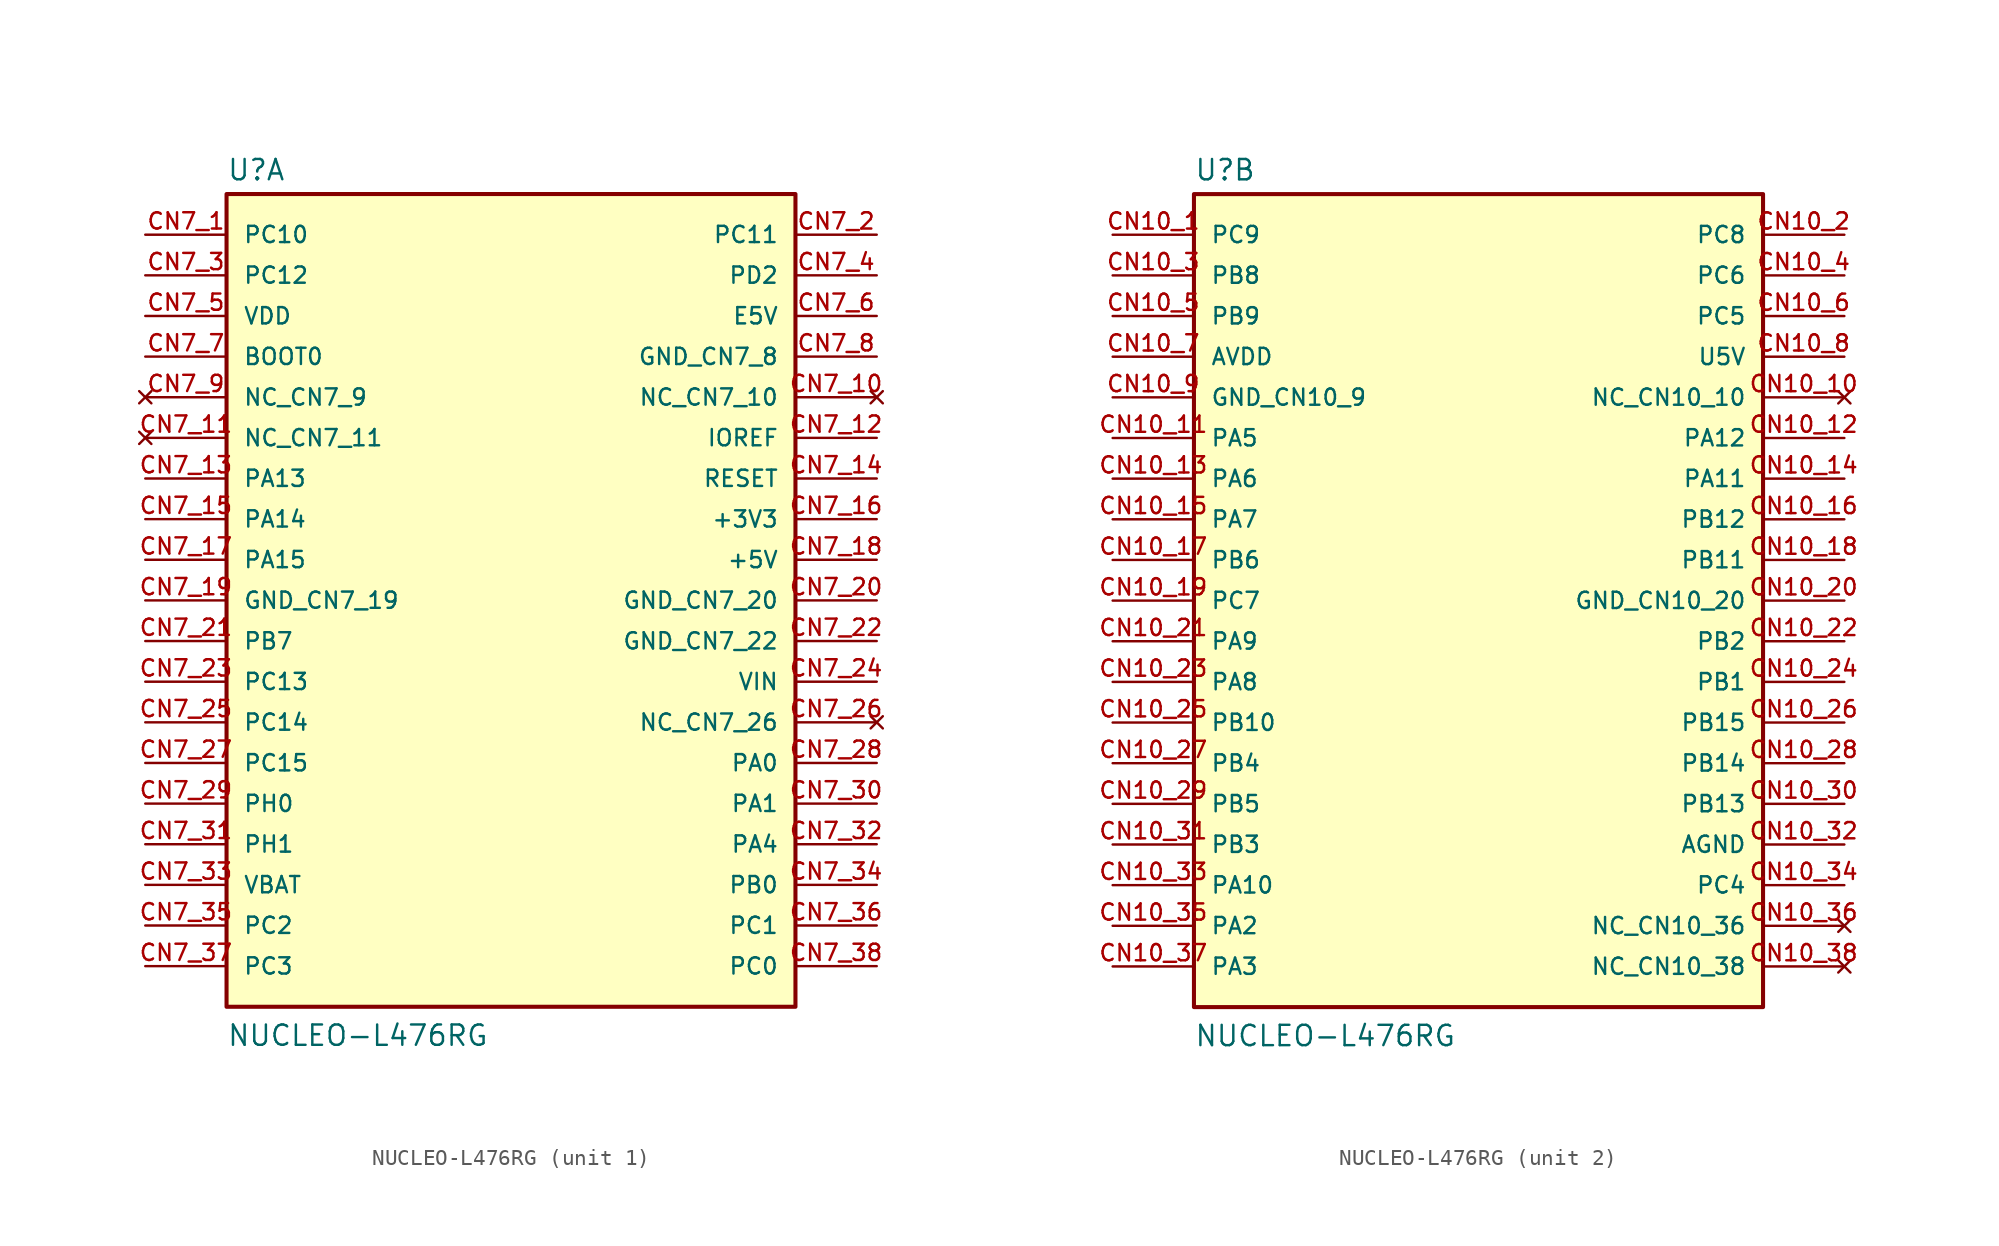
<source format=kicad_sym>
(kicad_symbol_lib
  (version 20220914)
  (generator kicad_symbol_editor)
  (symbol "NUCLEO-L476RG"
    (pin_names
      (offset 1.016))
    (property "Reference" "U"
      (at -17.78 26.162 0)
      (effects (font (size 1.27 1.27)) (justify left bottom)))
    (property "Value" "NUCLEO-L476RG"
      (at -17.78 -27.94 0)
      (effects (font (size 1.27 1.27)) (justify left bottom)))
    (symbol "NUCLEO-L476RG_1_0"
      (rectangle (start -17.78 25.4) (end 17.78 -25.4) (stroke (width 0.254) (type default)) (fill (type background)))
      (pin bidirectional line (at -22.86 22.86 0) (length 5.08) (name "PC10" (effects (font (size 1.016 1.016)))) (number "CN7_1" (effects (font (size 1.016 1.016)))))
      (pin no_connect line (at 22.86 12.7 180) (length 5.08) (name "NC_CN7_10" (effects (font (size 1.016 1.016)))) (number "CN7_10" (effects (font (size 1.016 1.016)))))
      (pin no_connect line (at -22.86 10.16 0) (length 5.08) (name "NC_CN7_11" (effects (font (size 1.016 1.016)))) (number "CN7_11" (effects (font (size 1.016 1.016)))))
      (pin input line (at 22.86 10.16 180) (length 5.08) (name "IOREF" (effects (font (size 1.016 1.016)))) (number "CN7_12" (effects (font (size 1.016 1.016)))))
      (pin bidirectional line (at -22.86 7.62 0) (length 5.08) (name "PA13" (effects (font (size 1.016 1.016)))) (number "CN7_13" (effects (font (size 1.016 1.016)))))
      (pin input line (at 22.86 7.62 180) (length 5.08) (name "RESET" (effects (font (size 1.016 1.016)))) (number "CN7_14" (effects (font (size 1.016 1.016)))))
      (pin bidirectional line (at -22.86 5.08 0) (length 5.08) (name "PA14" (effects (font (size 1.016 1.016)))) (number "CN7_15" (effects (font (size 1.016 1.016)))))
      (pin power_in line (at 22.86 5.08 180) (length 5.08) (name "+3V3" (effects (font (size 1.016 1.016)))) (number "CN7_16" (effects (font (size 1.016 1.016)))))
      (pin bidirectional line (at -22.86 2.54 0) (length 5.08) (name "PA15" (effects (font (size 1.016 1.016)))) (number "CN7_17" (effects (font (size 1.016 1.016)))))
      (pin power_in line (at 22.86 2.54 180) (length 5.08) (name "+5V" (effects (font (size 1.016 1.016)))) (number "CN7_18" (effects (font (size 1.016 1.016)))))
      (pin power_in line (at -22.86 0 0) (length 5.08) (name "GND_CN7_19" (effects (font (size 1.016 1.016)))) (number "CN7_19" (effects (font (size 1.016 1.016)))))
      (pin bidirectional line (at 22.86 22.86 180) (length 5.08) (name "PC11" (effects (font (size 1.016 1.016)))) (number "CN7_2" (effects (font (size 1.016 1.016)))))
      (pin power_in line (at 22.86 0 180) (length 5.08) (name "GND_CN7_20" (effects (font (size 1.016 1.016)))) (number "CN7_20" (effects (font (size 1.016 1.016)))))
      (pin bidirectional line (at -22.86 -2.54 0) (length 5.08) (name "PB7" (effects (font (size 1.016 1.016)))) (number "CN7_21" (effects (font (size 1.016 1.016)))))
      (pin power_in line (at 22.86 -2.54 180) (length 5.08) (name "GND_CN7_22" (effects (font (size 1.016 1.016)))) (number "CN7_22" (effects (font (size 1.016 1.016)))))
      (pin bidirectional line (at -22.86 -5.08 0) (length 5.08) (name "PC13" (effects (font (size 1.016 1.016)))) (number "CN7_23" (effects (font (size 1.016 1.016)))))
      (pin power_in line (at 22.86 -5.08 180) (length 5.08) (name "VIN" (effects (font (size 1.016 1.016)))) (number "CN7_24" (effects (font (size 1.016 1.016)))))
      (pin bidirectional line (at -22.86 -7.62 0) (length 5.08) (name "PC14" (effects (font (size 1.016 1.016)))) (number "CN7_25" (effects (font (size 1.016 1.016)))))
      (pin no_connect line (at 22.86 -7.62 180) (length 5.08) (name "NC_CN7_26" (effects (font (size 1.016 1.016)))) (number "CN7_26" (effects (font (size 1.016 1.016)))))
      (pin bidirectional line (at -22.86 -10.16 0) (length 5.08) (name "PC15" (effects (font (size 1.016 1.016)))) (number "CN7_27" (effects (font (size 1.016 1.016)))))
      (pin bidirectional line (at 22.86 -10.16 180) (length 5.08) (name "PA0" (effects (font (size 1.016 1.016)))) (number "CN7_28" (effects (font (size 1.016 1.016)))))
      (pin bidirectional line (at -22.86 -12.7 0) (length 5.08) (name "PH0" (effects (font (size 1.016 1.016)))) (number "CN7_29" (effects (font (size 1.016 1.016)))))
      (pin bidirectional line (at -22.86 20.32 0) (length 5.08) (name "PC12" (effects (font (size 1.016 1.016)))) (number "CN7_3" (effects (font (size 1.016 1.016)))))
      (pin bidirectional line (at 22.86 -12.7 180) (length 5.08) (name "PA1" (effects (font (size 1.016 1.016)))) (number "CN7_30" (effects (font (size 1.016 1.016)))))
      (pin bidirectional line (at -22.86 -15.24 0) (length 5.08) (name "PH1" (effects (font (size 1.016 1.016)))) (number "CN7_31" (effects (font (size 1.016 1.016)))))
      (pin bidirectional line (at 22.86 -15.24 180) (length 5.08) (name "PA4" (effects (font (size 1.016 1.016)))) (number "CN7_32" (effects (font (size 1.016 1.016)))))
      (pin power_in line (at -22.86 -17.78 0) (length 5.08) (name "VBAT" (effects (font (size 1.016 1.016)))) (number "CN7_33" (effects (font (size 1.016 1.016)))))
      (pin bidirectional line (at 22.86 -17.78 180) (length 5.08) (name "PB0" (effects (font (size 1.016 1.016)))) (number "CN7_34" (effects (font (size 1.016 1.016)))))
      (pin bidirectional line (at -22.86 -20.32 0) (length 5.08) (name "PC2" (effects (font (size 1.016 1.016)))) (number "CN7_35" (effects (font (size 1.016 1.016)))))
      (pin bidirectional line (at 22.86 -20.32 180) (length 5.08) (name "PC1" (effects (font (size 1.016 1.016)))) (number "CN7_36" (effects (font (size 1.016 1.016)))))
      (pin bidirectional line (at -22.86 -22.86 0) (length 5.08) (name "PC3" (effects (font (size 1.016 1.016)))) (number "CN7_37" (effects (font (size 1.016 1.016)))))
      (pin bidirectional line (at 22.86 -22.86 180) (length 5.08) (name "PC0" (effects (font (size 1.016 1.016)))) (number "CN7_38" (effects (font (size 1.016 1.016)))))
      (pin bidirectional line (at 22.86 20.32 180) (length 5.08) (name "PD2" (effects (font (size 1.016 1.016)))) (number "CN7_4" (effects (font (size 1.016 1.016)))))
      (pin power_in line (at -22.86 17.78 0) (length 5.08) (name "VDD" (effects (font (size 1.016 1.016)))) (number "CN7_5" (effects (font (size 1.016 1.016)))))
      (pin power_in line (at 22.86 17.78 180) (length 5.08) (name "E5V" (effects (font (size 1.016 1.016)))) (number "CN7_6" (effects (font (size 1.016 1.016)))))
      (pin input line (at -22.86 15.24 0) (length 5.08) (name "BOOT0" (effects (font (size 1.016 1.016)))) (number "CN7_7" (effects (font (size 1.016 1.016)))))
      (pin power_in line (at 22.86 15.24 180) (length 5.08) (name "GND_CN7_8" (effects (font (size 1.016 1.016)))) (number "CN7_8" (effects (font (size 1.016 1.016)))))
      (pin no_connect line (at -22.86 12.7 0) (length 5.08) (name "NC_CN7_9" (effects (font (size 1.016 1.016)))) (number "CN7_9" (effects (font (size 1.016 1.016))))))
    (symbol "NUCLEO-L476RG_2_0"
      (rectangle (start -17.78 -25.4) (end 17.78 25.4) (stroke (width 0.254) (type default)) (fill (type background)))
      (pin bidirectional line (at -22.86 22.86 0) (length 5.08) (name "PC9" (effects (font (size 1.016 1.016)))) (number "CN10_1" (effects (font (size 1.016 1.016)))))
      (pin no_connect line (at 22.86 12.7 180) (length 5.08) (name "NC_CN10_10" (effects (font (size 1.016 1.016)))) (number "CN10_10" (effects (font (size 1.016 1.016)))))
      (pin bidirectional line (at -22.86 10.16 0) (length 5.08) (name "PA5" (effects (font (size 1.016 1.016)))) (number "CN10_11" (effects (font (size 1.016 1.016)))))
      (pin bidirectional line (at 22.86 10.16 180) (length 5.08) (name "PA12" (effects (font (size 1.016 1.016)))) (number "CN10_12" (effects (font (size 1.016 1.016)))))
      (pin bidirectional line (at -22.86 7.62 0) (length 5.08) (name "PA6" (effects (font (size 1.016 1.016)))) (number "CN10_13" (effects (font (size 1.016 1.016)))))
      (pin bidirectional line (at 22.86 7.62 180) (length 5.08) (name "PA11" (effects (font (size 1.016 1.016)))) (number "CN10_14" (effects (font (size 1.016 1.016)))))
      (pin bidirectional line (at -22.86 5.08 0) (length 5.08) (name "PA7" (effects (font (size 1.016 1.016)))) (number "CN10_15" (effects (font (size 1.016 1.016)))))
      (pin bidirectional line (at 22.86 5.08 180) (length 5.08) (name "PB12" (effects (font (size 1.016 1.016)))) (number "CN10_16" (effects (font (size 1.016 1.016)))))
      (pin bidirectional line (at -22.86 2.54 0) (length 5.08) (name "PB6" (effects (font (size 1.016 1.016)))) (number "CN10_17" (effects (font (size 1.016 1.016)))))
      (pin bidirectional line (at 22.86 2.54 180) (length 5.08) (name "PB11" (effects (font (size 1.016 1.016)))) (number "CN10_18" (effects (font (size 1.016 1.016)))))
      (pin bidirectional line (at -22.86 0 0) (length 5.08) (name "PC7" (effects (font (size 1.016 1.016)))) (number "CN10_19" (effects (font (size 1.016 1.016)))))
      (pin bidirectional line (at 22.86 22.86 180) (length 5.08) (name "PC8" (effects (font (size 1.016 1.016)))) (number "CN10_2" (effects (font (size 1.016 1.016)))))
      (pin power_in line (at 22.86 0 180) (length 5.08) (name "GND_CN10_20" (effects (font (size 1.016 1.016)))) (number "CN10_20" (effects (font (size 1.016 1.016)))))
      (pin bidirectional line (at -22.86 -2.54 0) (length 5.08) (name "PA9" (effects (font (size 1.016 1.016)))) (number "CN10_21" (effects (font (size 1.016 1.016)))))
      (pin bidirectional line (at 22.86 -2.54 180) (length 5.08) (name "PB2" (effects (font (size 1.016 1.016)))) (number "CN10_22" (effects (font (size 1.016 1.016)))))
      (pin bidirectional line (at -22.86 -5.08 0) (length 5.08) (name "PA8" (effects (font (size 1.016 1.016)))) (number "CN10_23" (effects (font (size 1.016 1.016)))))
      (pin bidirectional line (at 22.86 -5.08 180) (length 5.08) (name "PB1" (effects (font (size 1.016 1.016)))) (number "CN10_24" (effects (font (size 1.016 1.016)))))
      (pin bidirectional line (at -22.86 -7.62 0) (length 5.08) (name "PB10" (effects (font (size 1.016 1.016)))) (number "CN10_25" (effects (font (size 1.016 1.016)))))
      (pin bidirectional line (at 22.86 -7.62 180) (length 5.08) (name "PB15" (effects (font (size 1.016 1.016)))) (number "CN10_26" (effects (font (size 1.016 1.016)))))
      (pin bidirectional line (at -22.86 -10.16 0) (length 5.08) (name "PB4" (effects (font (size 1.016 1.016)))) (number "CN10_27" (effects (font (size 1.016 1.016)))))
      (pin bidirectional line (at 22.86 -10.16 180) (length 5.08) (name "PB14" (effects (font (size 1.016 1.016)))) (number "CN10_28" (effects (font (size 1.016 1.016)))))
      (pin bidirectional line (at -22.86 -12.7 0) (length 5.08) (name "PB5" (effects (font (size 1.016 1.016)))) (number "CN10_29" (effects (font (size 1.016 1.016)))))
      (pin bidirectional line (at -22.86 20.32 0) (length 5.08) (name "PB8" (effects (font (size 1.016 1.016)))) (number "CN10_3" (effects (font (size 1.016 1.016)))))
      (pin bidirectional line (at 22.86 -12.7 180) (length 5.08) (name "PB13" (effects (font (size 1.016 1.016)))) (number "CN10_30" (effects (font (size 1.016 1.016)))))
      (pin bidirectional line (at -22.86 -15.24 0) (length 5.08) (name "PB3" (effects (font (size 1.016 1.016)))) (number "CN10_31" (effects (font (size 1.016 1.016)))))
      (pin power_in line (at 22.86 -15.24 180) (length 5.08) (name "AGND" (effects (font (size 1.016 1.016)))) (number "CN10_32" (effects (font (size 1.016 1.016)))))
      (pin bidirectional line (at -22.86 -17.78 0) (length 5.08) (name "PA10" (effects (font (size 1.016 1.016)))) (number "CN10_33" (effects (font (size 1.016 1.016)))))
      (pin bidirectional line (at 22.86 -17.78 180) (length 5.08) (name "PC4" (effects (font (size 1.016 1.016)))) (number "CN10_34" (effects (font (size 1.016 1.016)))))
      (pin bidirectional line (at -22.86 -20.32 0) (length 5.08) (name "PA2" (effects (font (size 1.016 1.016)))) (number "CN10_35" (effects (font (size 1.016 1.016)))))
      (pin no_connect line (at 22.86 -20.32 180) (length 5.08) (name "NC_CN10_36" (effects (font (size 1.016 1.016)))) (number "CN10_36" (effects (font (size 1.016 1.016)))))
      (pin bidirectional line (at -22.86 -22.86 0) (length 5.08) (name "PA3" (effects (font (size 1.016 1.016)))) (number "CN10_37" (effects (font (size 1.016 1.016)))))
      (pin no_connect line (at 22.86 -22.86 180) (length 5.08) (name "NC_CN10_38" (effects (font (size 1.016 1.016)))) (number "CN10_38" (effects (font (size 1.016 1.016)))))
      (pin bidirectional line (at 22.86 20.32 180) (length 5.08) (name "PC6" (effects (font (size 1.016 1.016)))) (number "CN10_4" (effects (font (size 1.016 1.016)))))
      (pin bidirectional line (at -22.86 17.78 0) (length 5.08) (name "PB9" (effects (font (size 1.016 1.016)))) (number "CN10_5" (effects (font (size 1.016 1.016)))))
      (pin bidirectional line (at 22.86 17.78 180) (length 5.08) (name "PC5" (effects (font (size 1.016 1.016)))) (number "CN10_6" (effects (font (size 1.016 1.016)))))
      (pin power_in line (at -22.86 15.24 0) (length 5.08) (name "AVDD" (effects (font (size 1.016 1.016)))) (number "CN10_7" (effects (font (size 1.016 1.016)))))
      (pin power_in line (at 22.86 15.24 180) (length 5.08) (name "U5V" (effects (font (size 1.016 1.016)))) (number "CN10_8" (effects (font (size 1.016 1.016)))))
      (pin power_in line (at -22.86 12.7 0) (length 5.08) (name "GND_CN10_9" (effects (font (size 1.016 1.016)))) (number "CN10_9" (effects (font (size 1.016 1.016))))))))
</source>
